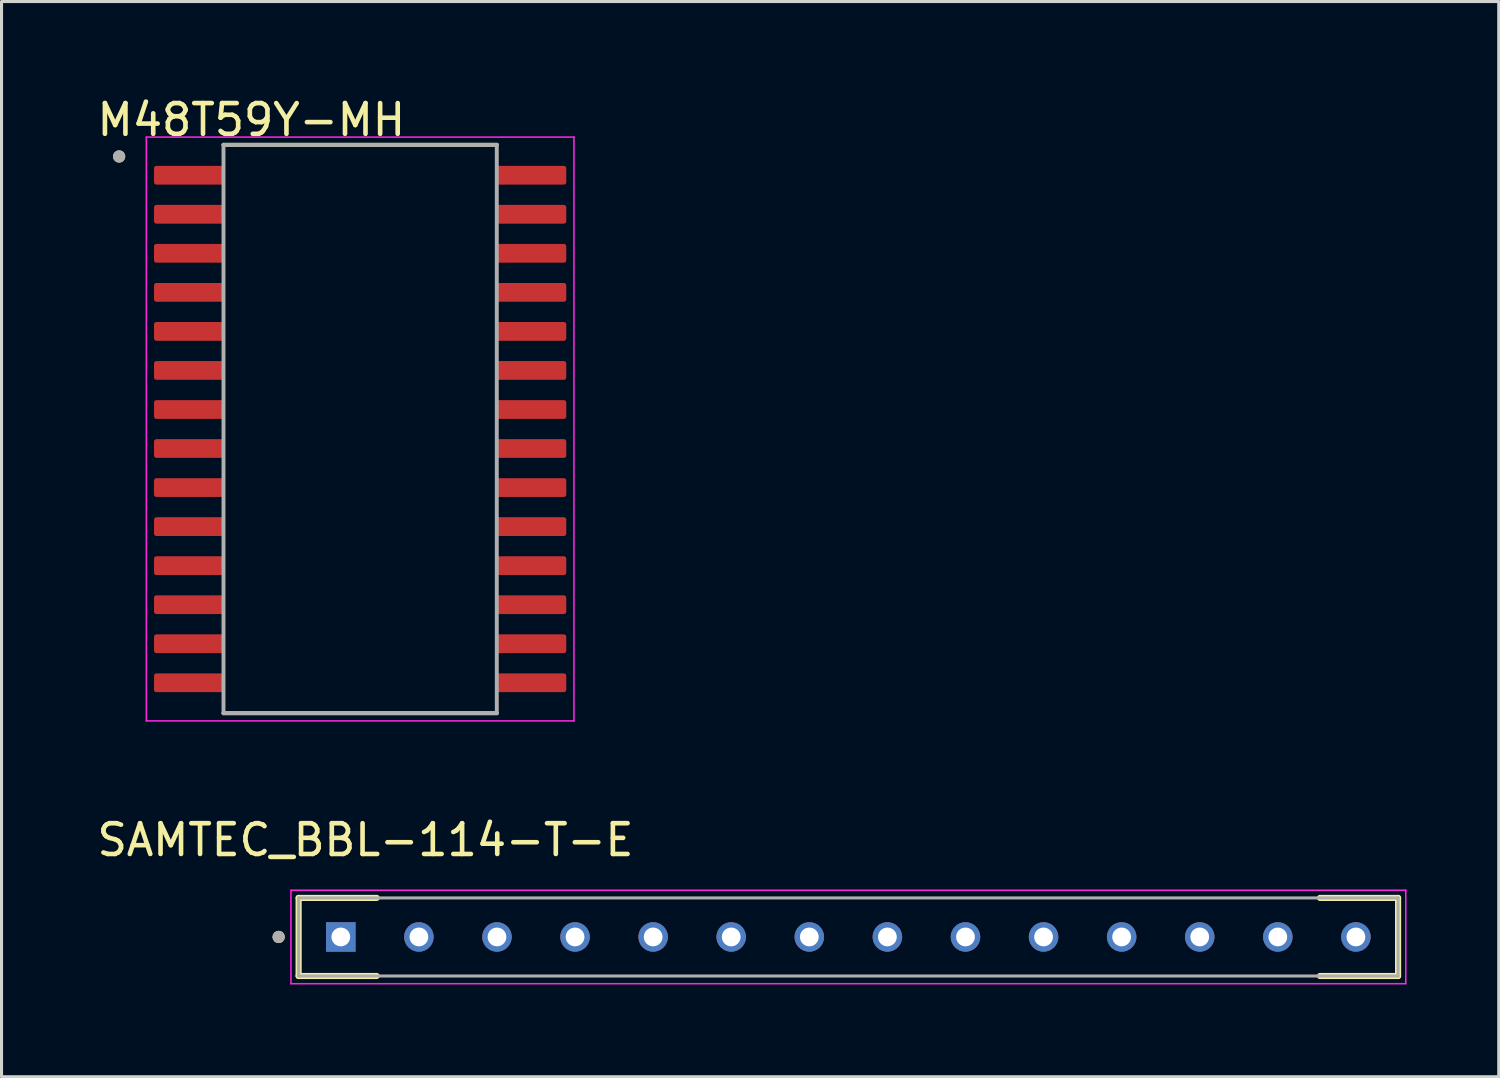
<source format=kicad_pcb>
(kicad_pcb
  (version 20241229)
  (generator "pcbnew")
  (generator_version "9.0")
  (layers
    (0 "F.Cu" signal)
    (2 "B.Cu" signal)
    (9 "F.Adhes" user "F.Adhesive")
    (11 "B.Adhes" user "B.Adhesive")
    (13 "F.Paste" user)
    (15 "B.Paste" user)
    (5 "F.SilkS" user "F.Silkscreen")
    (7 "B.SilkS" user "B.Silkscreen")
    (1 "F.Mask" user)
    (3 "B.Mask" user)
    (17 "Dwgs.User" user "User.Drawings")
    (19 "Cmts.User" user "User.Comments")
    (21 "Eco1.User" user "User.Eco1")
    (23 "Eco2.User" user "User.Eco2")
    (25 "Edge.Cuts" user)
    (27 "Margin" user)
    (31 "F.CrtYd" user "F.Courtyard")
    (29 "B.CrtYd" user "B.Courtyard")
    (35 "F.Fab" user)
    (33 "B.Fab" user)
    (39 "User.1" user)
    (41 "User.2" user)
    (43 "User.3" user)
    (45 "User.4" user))
  (footprint "SAMTEC_BBL-114-T-E"
    (layer "F.Cu")
    (at 8.036 27.428)
    (property "Reference" "SAMTEC_BBL-114-T-E" (at 0.803 -3.155 0) (layer "F.SilkS") (effects (font (size 1 1) (thickness 0.15))))
    (attr through_hole)
    (fp_line (start -1.372 -1.27) (end 1.168 -1.27) (stroke (width 0.2) (type solid)) (layer "F.SilkS"))
    (fp_line (start -1.372 1.27) (end -1.372 -1.27) (stroke (width 0.2) (type solid)) (layer "F.SilkS"))
    (fp_line (start -1.372 1.27) (end 1.168 1.27) (stroke (width 0.2) (type solid)) (layer "F.SilkS"))
    (fp_line (start 34.392 -1.27) (end 31.852 -1.27) (stroke (width 0.2) (type solid)) (layer "F.SilkS"))
    (fp_line (start 34.392 -1.27) (end 34.392 1.27) (stroke (width 0.2) (type solid)) (layer "F.SilkS"))
    (fp_line (start 34.392 1.27) (end 31.852 1.27) (stroke (width 0.2) (type solid)) (layer "F.SilkS"))
    (fp_circle (center -2.022 0) (end -1.922 0) (stroke (width 0.2) (type solid)) (fill no) (layer "F.SilkS"))
    (fp_line (start -1.622 -1.52) (end 34.642 -1.52) (stroke (width 0.05) (type solid)) (layer "F.CrtYd"))
    (fp_line (start -1.622 1.52) (end -1.622 -1.52) (stroke (width 0.05) (type solid)) (layer "F.CrtYd"))
    (fp_line (start 34.642 -1.52) (end 34.642 1.52) (stroke (width 0.05) (type solid)) (layer "F.CrtYd"))
    (fp_line (start 34.642 1.52) (end -1.622 1.52) (stroke (width 0.05) (type solid)) (layer "F.CrtYd"))
    (fp_line (start -1.372 -1.27) (end 34.392 -1.27) (stroke (width 0.1) (type solid)) (layer "F.Fab"))
    (fp_line (start -1.372 1.27) (end -1.372 -1.27) (stroke (width 0.1) (type solid)) (layer "F.Fab"))
    (fp_line (start 34.392 -1.27) (end 34.392 1.27) (stroke (width 0.1) (type solid)) (layer "F.Fab"))
    (fp_line (start 34.392 1.27) (end -1.372 1.27) (stroke (width 0.1) (type solid)) (layer "F.Fab"))
    (fp_circle (center -2.022 0) (end -1.922 0) (stroke (width 0.2) (type solid)) (fill no) (layer "F.Fab"))
    (pad "1" thru_hole rect (at 0 0) (size 0.96 0.96) (drill 0.61) (layers "*.Cu" "*.Mask"))
    (pad "2" thru_hole circle (at 2.54 0) (size 0.96 0.96) (drill 0.61) (layers "*.Cu" "*.Mask"))
    (pad "3" thru_hole circle (at 5.08 0) (size 0.96 0.96) (drill 0.61) (layers "*.Cu" "*.Mask"))
    (pad "4" thru_hole circle (at 7.62 0) (size 0.96 0.96) (drill 0.61) (layers "*.Cu" "*.Mask"))
    (pad "5" thru_hole circle (at 10.16 0) (size 0.96 0.96) (drill 0.61) (layers "*.Cu" "*.Mask"))
    (pad "6" thru_hole circle (at 12.7 0) (size 0.96 0.96) (drill 0.61) (layers "*.Cu" "*.Mask"))
    (pad "7" thru_hole circle (at 15.24 0) (size 0.96 0.96) (drill 0.61) (layers "*.Cu" "*.Mask"))
    (pad "8" thru_hole circle (at 17.78 0) (size 0.96 0.96) (drill 0.61) (layers "*.Cu" "*.Mask"))
    (pad "9" thru_hole circle (at 20.32 0) (size 0.96 0.96) (drill 0.61) (layers "*.Cu" "*.Mask"))
    (pad "10" thru_hole circle (at 22.86 0) (size 0.96 0.96) (drill 0.61) (layers "*.Cu" "*.Mask"))
    (pad "11" thru_hole circle (at 25.4 0) (size 0.96 0.96) (drill 0.61) (layers "*.Cu" "*.Mask"))
    (pad "12" thru_hole circle (at 27.94 0) (size 0.96 0.96) (drill 0.61) (layers "*.Cu" "*.Mask"))
    (pad "13" thru_hole circle (at 30.48 0) (size 0.96 0.96) (drill 0.61) (layers "*.Cu" "*.Mask"))
    (pad "14" thru_hole circle (at 33.02 0) (size 0.96 0.96) (drill 0.61) (layers "*.Cu" "*.Mask")))
  (footprint "M48T59Y-MH"
    (layer "F.Cu")
    (at 8.665 10.905)
    (property "Reference" "M48T59Y-MH" (at -3.54 -10.057 0) (layer "F.SilkS") (effects (font (size 1 1) (thickness 0.15))))
    (attr smd)
    (fp_line (start -4.445 -9.245) (end 4.445 -9.245) (stroke (width 0.127) (type solid)) (layer "F.SilkS"))
    (fp_line (start -4.445 9.245) (end 4.445 9.245) (stroke (width 0.127) (type solid)) (layer "F.SilkS"))
    (fp_circle (center -7.84 -8.865) (end -7.74 -8.865) (stroke (width 0.2) (type solid)) (fill no) (layer "F.SilkS"))
    (fp_line (start -6.955 -9.495) (end -6.955 9.495) (stroke (width 0.05) (type solid)) (layer "F.CrtYd"))
    (fp_line (start -6.955 -9.495) (end 6.955 -9.495) (stroke (width 0.05) (type solid)) (layer "F.CrtYd"))
    (fp_line (start -6.955 9.495) (end 6.955 9.495) (stroke (width 0.05) (type solid)) (layer "F.CrtYd"))
    (fp_line (start 6.955 -9.495) (end 6.955 9.495) (stroke (width 0.05) (type solid)) (layer "F.CrtYd"))
    (fp_line (start -4.445 -9.245) (end -4.445 9.245) (stroke (width 0.127) (type solid)) (layer "F.Fab"))
    (fp_line (start -4.445 -9.245) (end 4.445 -9.245) (stroke (width 0.127) (type solid)) (layer "F.Fab"))
    (fp_line (start -4.445 9.245) (end 4.445 9.245) (stroke (width 0.127) (type solid)) (layer "F.Fab"))
    (fp_line (start 4.445 -9.245) (end 4.445 9.245) (stroke (width 0.127) (type solid)) (layer "F.Fab"))
    (fp_circle (center -7.84 -8.865) (end -7.74 -8.865) (stroke (width 0.2) (type solid)) (fill no) (layer "F.Fab"))
    (pad "1" smd roundrect (at -5.57 -8.255) (size 2.27 0.61) (layers "F.Cu" "F.Mask" "F.Paste") (roundrect_rratio 0.125))
    (pad "2" smd roundrect (at -5.57 -6.985) (size 2.27 0.61) (layers "F.Cu" "F.Mask" "F.Paste") (roundrect_rratio 0.125))
    (pad "3" smd roundrect (at -5.57 -5.715) (size 2.27 0.61) (layers "F.Cu" "F.Mask" "F.Paste") (roundrect_rratio 0.125))
    (pad "4" smd roundrect (at -5.57 -4.445) (size 2.27 0.61) (layers "F.Cu" "F.Mask" "F.Paste") (roundrect_rratio 0.125))
    (pad "5" smd roundrect (at -5.57 -3.175) (size 2.27 0.61) (layers "F.Cu" "F.Mask" "F.Paste") (roundrect_rratio 0.125))
    (pad "6" smd roundrect (at -5.57 -1.905) (size 2.27 0.61) (layers "F.Cu" "F.Mask" "F.Paste") (roundrect_rratio 0.125))
    (pad "7" smd roundrect (at -5.57 -0.635) (size 2.27 0.61) (layers "F.Cu" "F.Mask" "F.Paste") (roundrect_rratio 0.125))
    (pad "8" smd roundrect (at -5.57 0.635) (size 2.27 0.61) (layers "F.Cu" "F.Mask" "F.Paste") (roundrect_rratio 0.125))
    (pad "9" smd roundrect (at -5.57 1.905) (size 2.27 0.61) (layers "F.Cu" "F.Mask" "F.Paste") (roundrect_rratio 0.125))
    (pad "10" smd roundrect (at -5.57 3.175) (size 2.27 0.61) (layers "F.Cu" "F.Mask" "F.Paste") (roundrect_rratio 0.125))
    (pad "11" smd roundrect (at -5.57 4.445) (size 2.27 0.61) (layers "F.Cu" "F.Mask" "F.Paste") (roundrect_rratio 0.125))
    (pad "12" smd roundrect (at -5.57 5.715) (size 2.27 0.61) (layers "F.Cu" "F.Mask" "F.Paste") (roundrect_rratio 0.125))
    (pad "13" smd roundrect (at -5.57 6.985) (size 2.27 0.61) (layers "F.Cu" "F.Mask" "F.Paste") (roundrect_rratio 0.125))
    (pad "14" smd roundrect (at -5.57 8.255) (size 2.27 0.61) (layers "F.Cu" "F.Mask" "F.Paste") (roundrect_rratio 0.125))
    (pad "15" smd roundrect (at 5.57 8.255) (size 2.27 0.61) (layers "F.Cu" "F.Mask" "F.Paste") (roundrect_rratio 0.125))
    (pad "16" smd roundrect (at 5.57 6.985) (size 2.27 0.61) (layers "F.Cu" "F.Mask" "F.Paste") (roundrect_rratio 0.125))
    (pad "17" smd roundrect (at 5.57 5.715) (size 2.27 0.61) (layers "F.Cu" "F.Mask" "F.Paste") (roundrect_rratio 0.125))
    (pad "18" smd roundrect (at 5.57 4.445) (size 2.27 0.61) (layers "F.Cu" "F.Mask" "F.Paste") (roundrect_rratio 0.125))
    (pad "19" smd roundrect (at 5.57 3.175) (size 2.27 0.61) (layers "F.Cu" "F.Mask" "F.Paste") (roundrect_rratio 0.125))
    (pad "20" smd roundrect (at 5.57 1.905) (size 2.27 0.61) (layers "F.Cu" "F.Mask" "F.Paste") (roundrect_rratio 0.125))
    (pad "21" smd roundrect (at 5.57 0.635) (size 2.27 0.61) (layers "F.Cu" "F.Mask" "F.Paste") (roundrect_rratio 0.125))
    (pad "22" smd roundrect (at 5.57 -0.635) (size 2.27 0.61) (layers "F.Cu" "F.Mask" "F.Paste") (roundrect_rratio 0.125))
    (pad "23" smd roundrect (at 5.57 -1.905) (size 2.27 0.61) (layers "F.Cu" "F.Mask" "F.Paste") (roundrect_rratio 0.125))
    (pad "24" smd roundrect (at 5.57 -3.175) (size 2.27 0.61) (layers "F.Cu" "F.Mask" "F.Paste") (roundrect_rratio 0.125))
    (pad "25" smd roundrect (at 5.57 -4.445) (size 2.27 0.61) (layers "F.Cu" "F.Mask" "F.Paste") (roundrect_rratio 0.125))
    (pad "26" smd roundrect (at 5.57 -5.715) (size 2.27 0.61) (layers "F.Cu" "F.Mask" "F.Paste") (roundrect_rratio 0.125))
    (pad "27" smd roundrect (at 5.57 -6.985) (size 2.27 0.61) (layers "F.Cu" "F.Mask" "F.Paste") (roundrect_rratio 0.125))
    (pad "28" smd roundrect (at 5.57 -8.255) (size 2.27 0.61) (layers "F.Cu" "F.Mask" "F.Paste") (roundrect_rratio 0.125)))
  (gr_rect
    (start -3 -3)
    (end 45.703 31.974)
    (stroke (width 0.1) (type default))
    (fill no)
    (layer "Edge.Cuts")))
</source>
